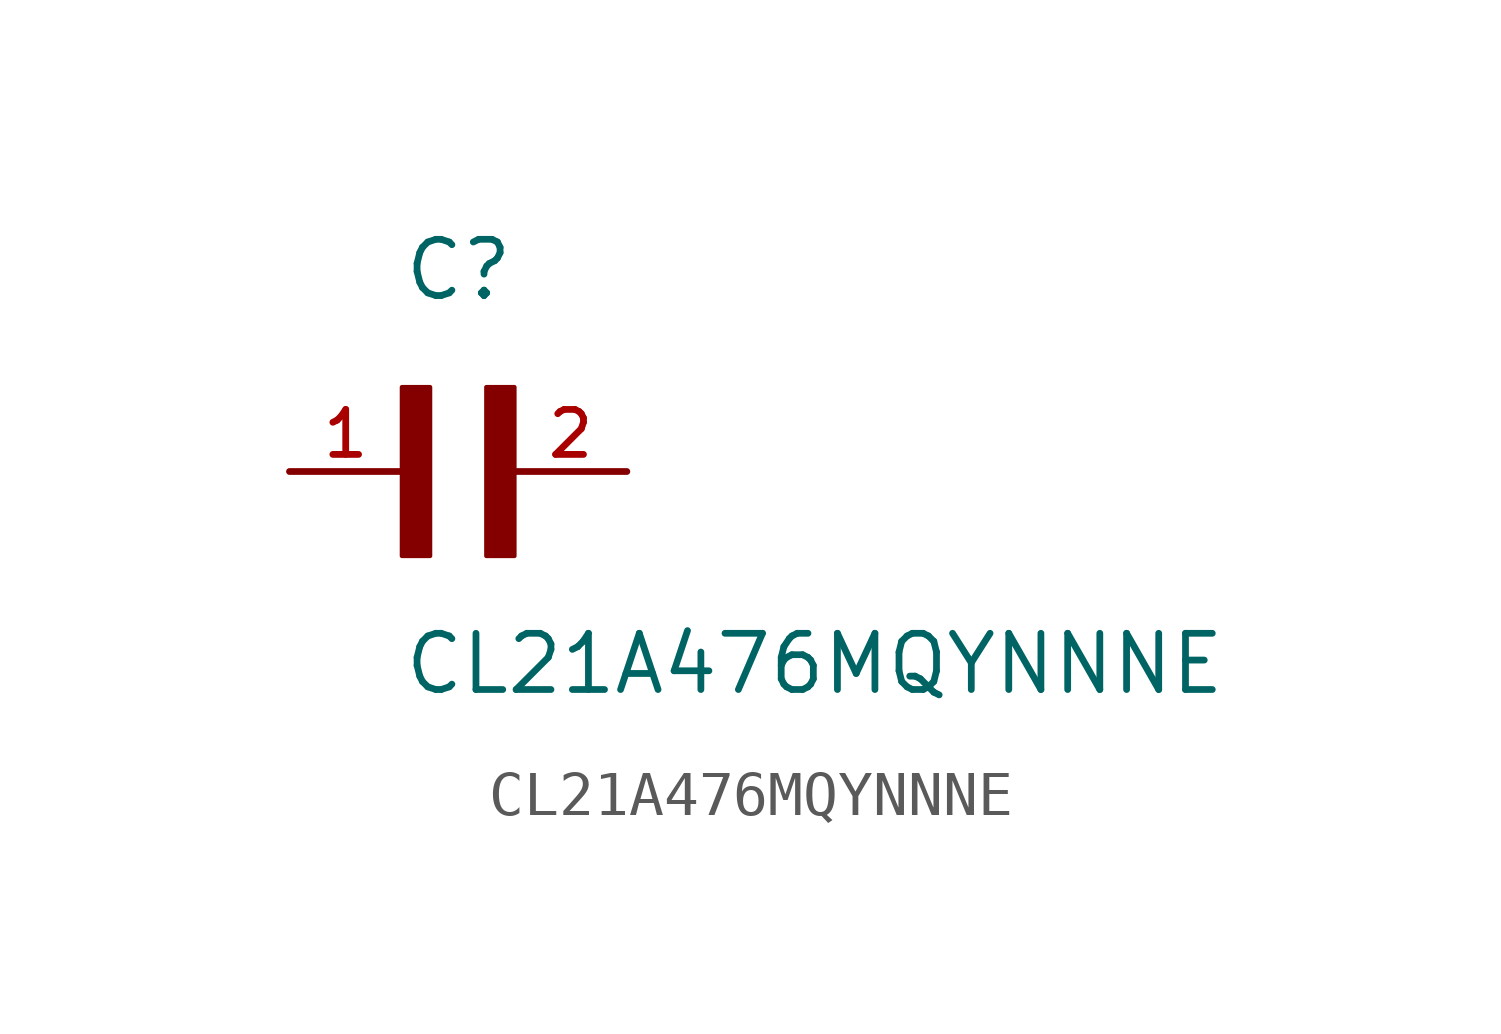
<source format=kicad_sym>
(kicad_symbol_lib
  (version 20211014)
  (generator kicad_symbol_editor)
  (symbol "CL21A476MQYNNNE"
    (pin_names
      (offset 1.016))
    (property "Reference" "C"
      (at 0.0 3.811 0)
      (effects (font (size 1.27 1.27)) (justify bottom left)))
    (property "Value" "CL21A476MQYNNNE"
      (at 0.0 -5.088 0)
      (effects (font (size 1.27 1.27)) (justify bottom left)))
    (symbol "CL21A476MQYNNNE_0_0"
      (rectangle (start 0.0 -1.907) (end 0.635 1.905) (stroke (width 0.1)) (fill (type outline)))
      (rectangle (start 1.907 -1.907) (end 2.54 1.905) (stroke (width 0.1)) (fill (type outline)))
      (pin passive line (at -2.54 0.0 0) (length 2.54) (name "~" (effects (font (size 1.016 1.016)))) (number "1" (effects (font (size 1.016 1.016)))))
      (pin passive line (at 5.08 0.0 180.0) (length 2.54) (name "~" (effects (font (size 1.016 1.016)))) (number "2" (effects (font (size 1.016 1.016))))))))
</source>
